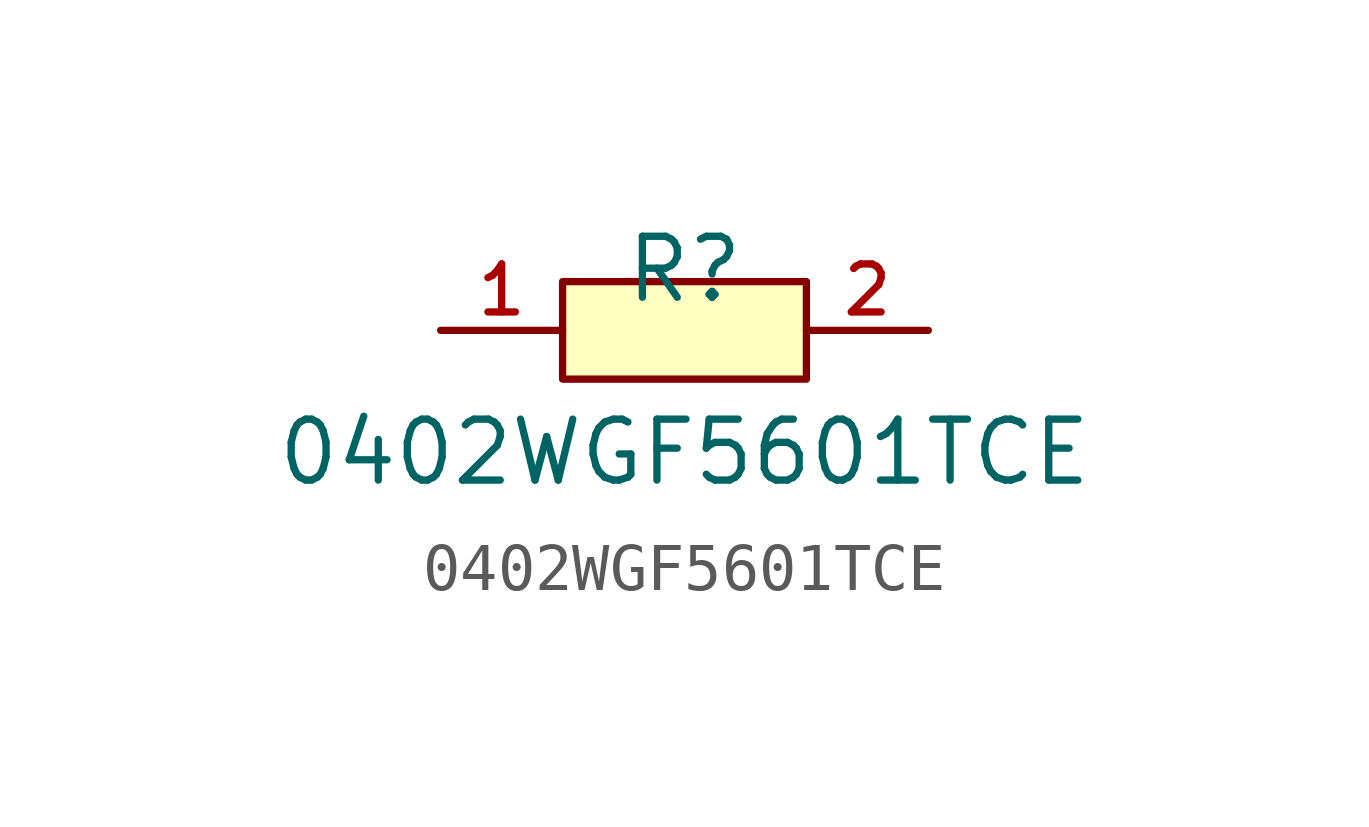
<source format=kicad_sym>
(kicad_symbol_lib
  (version 20220914)
  (generator kicad_symbol_editor)
  (symbol "0402WGF5601TCE"
    (pin_names hide)
    (property "Reference" "R"
      (at 0 1.27 0)
      (effects (font (size 1.27 1.27))))
    (property "Value" "0402WGF5601TCE"
      (at 0 -2.54 0)
      (effects (font (size 1.27 1.27))))
    (symbol "0402WGF5601TCE_0_1"
      (rectangle (start -2.54 1.016) (end 2.54 -1.016) (stroke (width 0) (type default)) (fill (type background))))
    (symbol "0402WGF5601TCE_1_1"
      (pin passive line (at -5.08 0 0) (length 2.54) (name "1" (effects (font (size 1 1)))) (number "1" (effects (font (size 1 1)))))
      (pin passive line (at 5.08 0 180) (length 2.54) (name "2" (effects (font (size 1 1)))) (number "2" (effects (font (size 1 1))))))))
</source>
